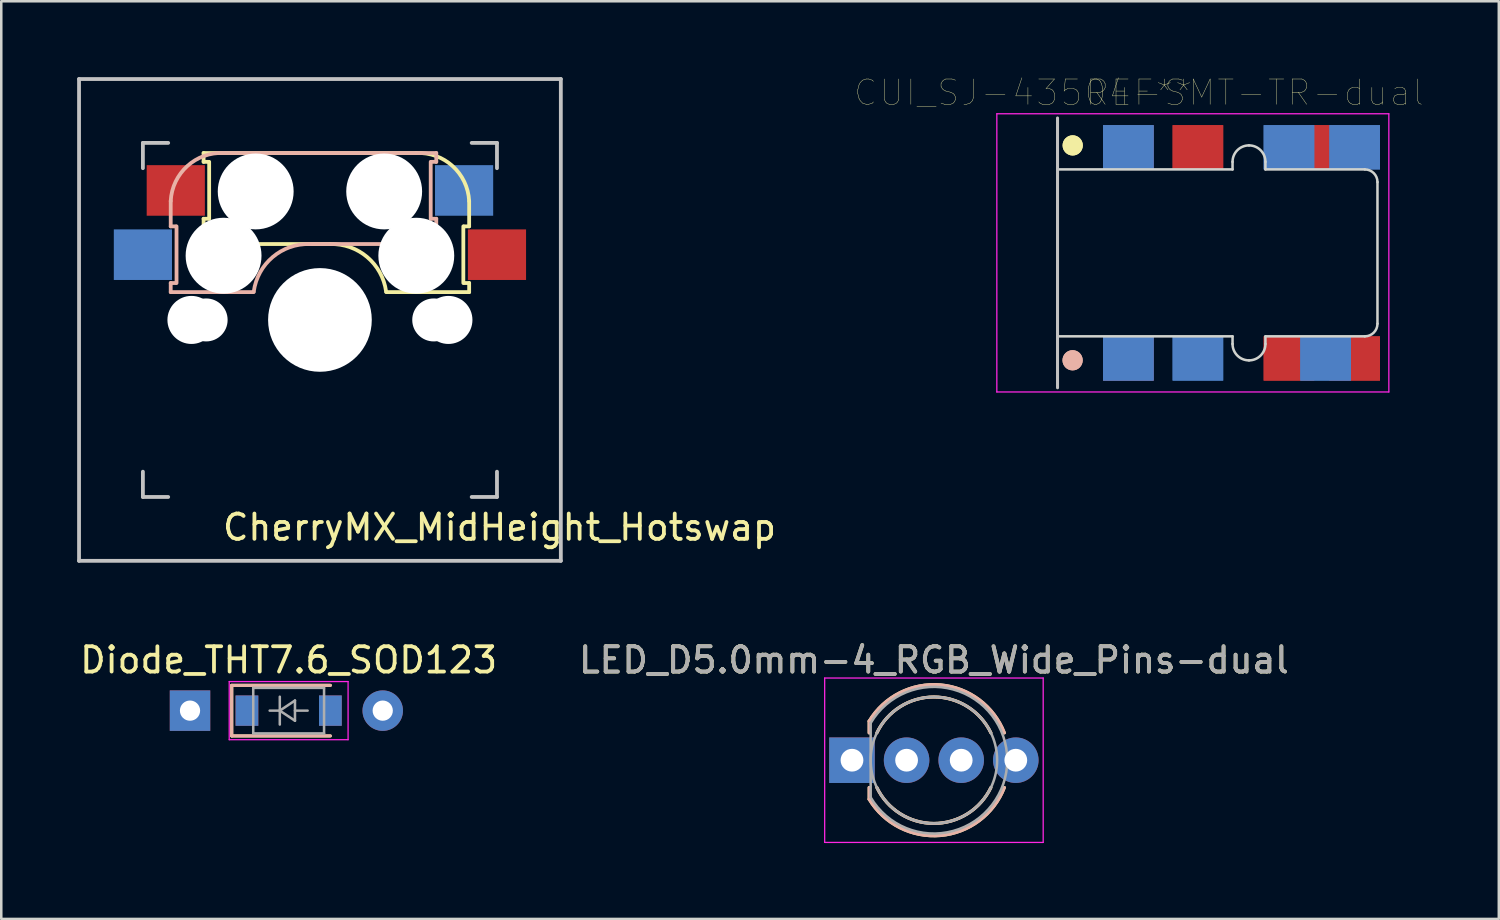
<source format=kicad_pcb>
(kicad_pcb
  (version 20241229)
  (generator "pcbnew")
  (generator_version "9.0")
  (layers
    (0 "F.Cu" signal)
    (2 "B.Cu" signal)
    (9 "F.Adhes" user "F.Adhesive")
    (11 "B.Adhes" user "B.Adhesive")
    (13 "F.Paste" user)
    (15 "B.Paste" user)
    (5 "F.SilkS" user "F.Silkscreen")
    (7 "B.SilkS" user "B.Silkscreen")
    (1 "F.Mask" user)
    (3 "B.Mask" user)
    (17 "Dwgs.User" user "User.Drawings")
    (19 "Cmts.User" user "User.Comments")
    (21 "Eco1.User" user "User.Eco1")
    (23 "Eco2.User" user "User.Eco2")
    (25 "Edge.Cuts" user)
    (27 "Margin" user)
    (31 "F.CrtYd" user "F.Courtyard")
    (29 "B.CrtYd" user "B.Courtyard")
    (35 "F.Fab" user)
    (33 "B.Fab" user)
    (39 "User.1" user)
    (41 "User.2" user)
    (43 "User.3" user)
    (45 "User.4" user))
  (footprint "CherryMX_MidHeight_Hotswap"
    (layer "F.Cu")
    (at 9.6 9.6)
    (property "Reference" "CherryMX_MidHeight_Hotswap" (at 7.1 8.2 0) (layer "F.SilkS") (effects (font (size 1 1) (thickness 0.15))))
    (attr through_hole)
    (fp_line (start -4.6 -6.6) (end 3.8 -6.6) (stroke (width 0.15) (type solid)) (layer "F.SilkS"))
    (fp_line (start -4.6 -6.25) (end -4.6 -6.6) (stroke (width 0.15) (type solid)) (layer "F.SilkS"))
    (fp_line (start -4.6 -4) (end -4.4 -4) (stroke (width 0.15) (type solid)) (layer "F.SilkS"))
    (fp_line (start -4.6 -3) (end -4.6 -4) (stroke (width 0.15) (type solid)) (layer "F.SilkS"))
    (fp_line (start -4.4 -6.25) (end -4.6 -6.25) (stroke (width 0.15) (type solid)) (layer "F.SilkS"))
    (fp_line (start -4.38 -4) (end -4.38 -6.25) (stroke (width 0.15) (type solid)) (layer "F.SilkS"))
    (fp_line (start 0.4 -3) (end -4.6 -3) (stroke (width 0.15) (type solid)) (layer "F.SilkS"))
    (fp_line (start 5.67 -3.7) (end 5.67 -1.46) (stroke (width 0.15) (type solid)) (layer "F.SilkS"))
    (fp_line (start 5.7 -1.46) (end 5.9 -1.46) (stroke (width 0.15) (type solid)) (layer "F.SilkS"))
    (fp_line (start 5.9 -4.7) (end 5.9 -3.7) (stroke (width 0.15) (type solid)) (layer "F.SilkS"))
    (fp_line (start 5.9 -3.7) (end 5.7 -3.7) (stroke (width 0.15) (type solid)) (layer "F.SilkS"))
    (fp_line (start 5.9 -1.1) (end 2.62 -1.1) (stroke (width 0.15) (type solid)) (layer "F.SilkS"))
    (fp_line (start 5.9 -1.1) (end 5.9 -1.46) (stroke (width 0.15) (type solid)) (layer "F.SilkS"))
    (fp_arc (start 0.4 -3) (mid 1.868709 -2.486118) (end 2.616318 -1.121471) (stroke (width 0.15) (type solid)) (layer "F.SilkS"))
    (fp_arc (start 3.8 -6.600001) (mid 5.243504 -6.084925) (end 5.900001 -4.7) (stroke (width 0.15) (type solid)) (layer "F.SilkS"))
    (fp_line (start -5.9 -4.7) (end -5.9 -3.7) (stroke (width 0.15) (type solid)) (layer "B.SilkS"))
    (fp_line (start -5.9 -3.7) (end -5.7 -3.7) (stroke (width 0.15) (type solid)) (layer "B.SilkS"))
    (fp_line (start -5.9 -1.1) (end -5.9 -1.46) (stroke (width 0.15) (type solid)) (layer "B.SilkS"))
    (fp_line (start -5.9 -1.1) (end -2.62 -1.1) (stroke (width 0.15) (type solid)) (layer "B.SilkS"))
    (fp_line (start -5.7 -1.46) (end -5.9 -1.46) (stroke (width 0.15) (type solid)) (layer "B.SilkS"))
    (fp_line (start -5.67 -3.7) (end -5.67 -1.46) (stroke (width 0.15) (type solid)) (layer "B.SilkS"))
    (fp_line (start -0.4 -3) (end 4.6 -3) (stroke (width 0.15) (type solid)) (layer "B.SilkS"))
    (fp_line (start 4.38 -4) (end 4.38 -6.25) (stroke (width 0.15) (type solid)) (layer "B.SilkS"))
    (fp_line (start 4.4 -6.25) (end 4.6 -6.25) (stroke (width 0.15) (type solid)) (layer "B.SilkS"))
    (fp_line (start 4.6 -6.6) (end -3.8 -6.6) (stroke (width 0.15) (type solid)) (layer "B.SilkS"))
    (fp_line (start 4.6 -6.25) (end 4.6 -6.6) (stroke (width 0.15) (type solid)) (layer "B.SilkS"))
    (fp_line (start 4.6 -4) (end 4.4 -4) (stroke (width 0.15) (type solid)) (layer "B.SilkS"))
    (fp_line (start 4.6 -3) (end 4.6 -4) (stroke (width 0.15) (type solid)) (layer "B.SilkS"))
    (fp_arc (start -5.9 -4.699999) (mid -5.243504 -6.084924) (end -3.800001 -6.6) (stroke (width 0.15) (type solid)) (layer "B.SilkS"))
    (fp_arc (start -2.616318 -1.121471) (mid -1.868709 -2.486118) (end -0.4 -3) (stroke (width 0.15) (type solid)) (layer "B.SilkS"))
    (fp_line (start -9.525 -9.525) (end 9.525 -9.525) (stroke (width 0.15) (type solid)) (layer "Dwgs.User"))
    (fp_line (start -9.525 9.525) (end -9.525 -9.525) (stroke (width 0.15) (type solid)) (layer "Dwgs.User"))
    (fp_line (start -7 -7) (end -6 -7) (stroke (width 0.15) (type solid)) (layer "Dwgs.User"))
    (fp_line (start -7 -6) (end -7 -7) (stroke (width 0.15) (type solid)) (layer "Dwgs.User"))
    (fp_line (start -7 6) (end -7 7) (stroke (width 0.15) (type solid)) (layer "Dwgs.User"))
    (fp_line (start -7 7) (end -6 7) (stroke (width 0.15) (type solid)) (layer "Dwgs.User"))
    (fp_line (start 6 7) (end 7 7) (stroke (width 0.15) (type solid)) (layer "Dwgs.User"))
    (fp_line (start 7 -7) (end 6 -7) (stroke (width 0.15) (type solid)) (layer "Dwgs.User"))
    (fp_line (start 7 -7) (end 7 -6) (stroke (width 0.15) (type solid)) (layer "Dwgs.User"))
    (fp_line (start 7 7) (end 7 6) (stroke (width 0.15) (type solid)) (layer "Dwgs.User"))
    (fp_line (start 9.525 -9.525) (end 9.525 9.525) (stroke (width 0.15) (type solid)) (layer "Dwgs.User"))
    (fp_line (start 9.525 9.525) (end -9.525 9.525) (stroke (width 0.15) (type solid)) (layer "Dwgs.User"))
    (pad "" np_thru_hole circle (at -5.08 0) (size 1.9 1.9) (drill 1.9) (layers "*.Cu" "*.Mask"))
    (pad "" np_thru_hole circle (at -4.5 0) (size 1.7 1.7) (drill 1.7) (layers "*.Cu" "*.Mask"))
    (pad "" np_thru_hole circle (at -3.81 -2.54 180) (size 3 3) (drill 3) (layers "*.Cu" "*.Mask"))
    (pad "" np_thru_hole circle (at -2.54 -5.08 180) (size 3 3) (drill 3) (layers "*.Cu" "*.Mask"))
    (pad "" np_thru_hole circle (at 0 0 90) (size 4.1 4.1) (drill 4.1) (layers "*.Cu" "*.Mask"))
    (pad "" np_thru_hole circle (at 2.54 -5.08 180) (size 3 3) (drill 3) (layers "*.Cu" "*.Mask"))
    (pad "" np_thru_hole circle (at 3.81 -2.54 180) (size 3 3) (drill 3) (layers "*.Cu" "*.Mask"))
    (pad "" np_thru_hole circle (at 4.5 0) (size 1.7 1.7) (drill 1.7) (layers "*.Cu" "*.Mask"))
    (pad "" np_thru_hole circle (at 5.08 0) (size 1.9 1.9) (drill 1.9) (layers "*.Cu" "*.Mask"))
    (pad "1" smd rect (at -7 -2.58 180) (size 2.3 2) (layers "B.Cu" "B.Mask" "B.Paste"))
    (pad "1" smd rect (at 7 -2.58 180) (size 2.3 2) (layers "F.Cu" "F.Mask" "F.Paste"))
    (pad "2" smd rect (at -5.7 -5.12 180) (size 2.3 2) (layers "F.Cu" "F.Mask" "F.Paste"))
    (pad "2" smd rect (at 5.7 -5.12 180) (size 2.3 2) (layers "B.Cu" "B.Mask" "B.Paste")))
  (footprint "CUI_SJ-43504-SMT-TR-dual"
    (layer "F.Cu")
    (at 45.114 6.949)
    (property "Reference" "CUI_SJ-43504-SMT-TR-dual" (at -3.131 -6.337 0) (layer "F.SilkS") (effects (font (size 1.002 1.002) (thickness 0.015))))
    (attr through_hole)
    (fp_circle (center -5.75 -4.25) (end -5.55 -4.25) (stroke (width 0.4) (type solid)) (fill no) (layer "F.SilkS"))
    (fp_circle (center -5.75 -4.25) (end -5.55 -4.25) (stroke (width 0.4) (type solid)) (fill no) (layer "F.SilkS"))
    (fp_circle (center -5.754 4.246) (end -5.554 4.246) (stroke (width 0.4) (type solid)) (fill no) (layer "B.SilkS"))
    (fp_circle (center -5.754 4.246) (end -5.554 4.246) (stroke (width 0.4) (type solid)) (fill no) (layer "B.SilkS"))
    (fp_line (start -6.35 -5.334) (end -6.35 5.334) (stroke (width 0.12) (type solid)) (layer "Dwgs.User"))
    (fp_line (start -6.3 -3.3) (end 0.57 -3.3) (stroke (width 0.1) (type solid)) (layer "Edge.Cuts"))
    (fp_line (start 0.57 -3.3) (end 0.57 -3.6) (stroke (width 0.1) (type solid)) (layer "Edge.Cuts"))
    (fp_line (start 0.57 3.3) (end -6.3 3.3) (stroke (width 0.1) (type solid)) (layer "Edge.Cuts"))
    (fp_line (start 0.57 3.6) (end 0.57 3.3) (stroke (width 0.1) (type solid)) (layer "Edge.Cuts"))
    (fp_line (start 1.87 -3.6) (end 1.87 -3.3) (stroke (width 0.1) (type solid)) (layer "Edge.Cuts"))
    (fp_line (start 1.87 -3.3) (end 5.8 -3.3) (stroke (width 0.1) (type solid)) (layer "Edge.Cuts"))
    (fp_line (start 1.87 3.3) (end 1.87 3.6) (stroke (width 0.1) (type solid)) (layer "Edge.Cuts"))
    (fp_line (start 5.8 3.3) (end 1.87 3.3) (stroke (width 0.1) (type solid)) (layer "Edge.Cuts"))
    (fp_line (start 6.3 -2.8) (end 6.3 2.8) (stroke (width 0.1) (type solid)) (layer "Edge.Cuts"))
    (fp_arc (start 0.57 -3.6) (mid 0.760381 -4.059619) (end 1.22 -4.25) (stroke (width 0.1) (type solid)) (layer "Edge.Cuts"))
    (fp_arc (start 1.22 -4.25) (mid 1.679619 -4.059619) (end 1.87 -3.6) (stroke (width 0.1) (type solid)) (layer "Edge.Cuts"))
    (fp_arc (start 1.22 4.25) (mid 0.760381 4.059619) (end 0.57 3.6) (stroke (width 0.1) (type solid)) (layer "Edge.Cuts"))
    (fp_arc (start 1.87 3.6) (mid 1.679619 4.059619) (end 1.22 4.25) (stroke (width 0.1) (type solid)) (layer "Edge.Cuts"))
    (fp_arc (start 5.8 -3.3) (mid 6.153553 -3.153553) (end 6.3 -2.8) (stroke (width 0.1) (type solid)) (layer "Edge.Cuts"))
    (fp_arc (start 6.3 2.8) (mid 6.153553 3.153553) (end 5.8 3.3) (stroke (width 0.1) (type solid)) (layer "Edge.Cuts"))
    (fp_line (start -8.75 -5.5) (end 6.75 -5.5) (stroke (width 0.05) (type solid)) (layer "F.CrtYd"))
    (fp_line (start -8.75 5.5) (end -8.75 -5.5) (stroke (width 0.05) (type solid)) (layer "F.CrtYd"))
    (fp_line (start 6.75 -5.5) (end 6.75 5.5) (stroke (width 0.05) (type solid)) (layer "F.CrtYd"))
    (fp_line (start 6.75 5.5) (end -8.75 5.5) (stroke (width 0.05) (type solid)) (layer "F.CrtYd"))
    (fp_text user "REF**" (at -3.131 -6.337 0) (layer "F.SilkS") (effects (font (size 1.002 1.002) (thickness 0.015))))
    (pad "1" smd rect (at -3.55 -4.175) (size 2 1.75) (layers "F.Cu" "F.Mask" "F.Paste"))
    (pad "1" smd rect (at -3.55 -4.175) (size 2 1.75) (layers "F.Cu" "F.Mask" "F.Paste"))
    (pad "1" smd rect (at -3.55 4.175) (size 2 1.75) (layers "B.Cu" "B.Mask" "B.Paste"))
    (pad "1" smd rect (at -3.55 4.175) (size 2 1.75) (layers "B.Cu" "B.Mask" "B.Paste"))
    (pad "2" smd rect (at 2.8 -4.175) (size 2 1.75) (layers "B.Cu" "B.Mask" "B.Paste"))
    (pad "2" smd rect (at 2.8 -4.175) (size 2 1.75) (layers "B.Cu" "B.Mask" "B.Paste"))
    (pad "2" smd rect (at 2.8 4.175) (size 2 1.75) (layers "F.Cu" "F.Mask" "F.Paste"))
    (pad "2" smd rect (at 2.8 4.175) (size 2 1.75) (layers "F.Cu" "F.Mask" "F.Paste"))
    (pad "3" smd rect (at -0.8 -4.175) (size 2 1.75) (layers "F.Cu" "F.Mask" "F.Paste"))
    (pad "3" smd rect (at -0.8 -4.175) (size 2 1.75) (layers "F.Cu" "F.Mask" "F.Paste"))
    (pad "3" smd rect (at -0.8 4.175) (size 2 1.75) (layers "B.Cu" "B.Mask" "B.Paste"))
    (pad "3" smd rect (at -0.8 4.175) (size 2 1.75) (layers "B.Cu" "B.Mask" "B.Paste"))
    (pad "4" smd rect (at -3.55 -4.175) (size 2 1.75) (layers "B.Cu" "B.Mask" "B.Paste"))
    (pad "4" smd rect (at -3.55 -4.175) (size 2 1.75) (layers "B.Cu" "B.Mask" "B.Paste"))
    (pad "4" smd rect (at -3.55 4.175) (size 2 1.75) (layers "F.Cu" "F.Mask" "F.Paste"))
    (pad "4" smd rect (at -3.55 4.175) (size 2 1.75) (layers "F.Cu" "F.Mask" "F.Paste"))
    (pad "5" smd rect (at 5.4 -4.175) (size 2 1.75) (layers "B.Cu" "B.Mask" "B.Paste"))
    (pad "5" smd rect (at 5.4 -4.175) (size 2 1.75) (layers "B.Cu" "B.Mask" "B.Paste"))
    (pad "5" smd rect (at 5.4 4.175) (size 2 1.75) (layers "F.Cu" "F.Mask" "F.Paste"))
    (pad "5" smd rect (at 5.4 4.175) (size 2 1.75) (layers "F.Cu" "F.Mask" "F.Paste"))
    (pad "6" smd rect (at 4.25 -4.175) (size 2 1.75) (layers "F.Cu" "F.Mask" "F.Paste"))
    (pad "6" smd rect (at 4.25 -4.175) (size 2 1.75) (layers "F.Cu" "F.Mask" "F.Paste"))
    (pad "6" smd rect (at 4.25 4.175) (size 2 1.75) (layers "B.Cu" "B.Mask" "B.Paste"))
    (pad "6" smd rect (at 4.25 4.175) (size 2 1.75) (layers "B.Cu" "B.Mask" "B.Paste")))
  (footprint "Diode_THT7.6_SOD123"
    (layer "F.Cu")
    (at 8.363 25.048)
    (property "Reference" "Diode_THT7.6_SOD123" (at 0 -2 0) (layer "F.SilkS") (effects (font (size 1 1) (thickness 0.15))))
    (attr through_hole)
    (fp_line (start -2.25 -1) (end -2.25 1) (stroke (width 0.12) (type solid)) (layer "F.SilkS"))
    (fp_line (start -2.25 -1) (end 1.65 -1) (stroke (width 0.12) (type solid)) (layer "F.SilkS"))
    (fp_line (start -2.25 1) (end 1.65 1) (stroke (width 0.12) (type solid)) (layer "F.SilkS"))
    (fp_line (start -2.25 -1) (end -2.25 1) (stroke (width 0.12) (type solid)) (layer "B.SilkS"))
    (fp_line (start -2.25 -1) (end 1.65 -1) (stroke (width 0.12) (type solid)) (layer "B.SilkS"))
    (fp_line (start -2.25 1) (end 1.65 1) (stroke (width 0.12) (type solid)) (layer "B.SilkS"))
    (fp_line (start -2.35 -1.15) (end -2.35 1.15) (stroke (width 0.05) (type solid)) (layer "F.CrtYd"))
    (fp_line (start -2.35 -1.15) (end 2.35 -1.15) (stroke (width 0.05) (type solid)) (layer "F.CrtYd"))
    (fp_line (start 2.35 -1.15) (end 2.35 1.15) (stroke (width 0.05) (type solid)) (layer "F.CrtYd"))
    (fp_line (start 2.35 1.15) (end -2.35 1.15) (stroke (width 0.05) (type solid)) (layer "F.CrtYd"))
    (fp_line (start -1.4 -0.9) (end 1.4 -0.9) (stroke (width 0.1) (type solid)) (layer "F.Fab"))
    (fp_line (start -1.4 0.9) (end -1.4 -0.9) (stroke (width 0.1) (type solid)) (layer "F.Fab"))
    (fp_line (start -0.75 0) (end -0.35 0) (stroke (width 0.1) (type solid)) (layer "F.Fab"))
    (fp_line (start -0.35 0) (end -0.35 -0.55) (stroke (width 0.1) (type solid)) (layer "F.Fab"))
    (fp_line (start -0.35 0) (end -0.35 0.55) (stroke (width 0.1) (type solid)) (layer "F.Fab"))
    (fp_line (start -0.35 0) (end 0.25 -0.4) (stroke (width 0.1) (type solid)) (layer "F.Fab"))
    (fp_line (start 0.25 -0.4) (end 0.25 0.4) (stroke (width 0.1) (type solid)) (layer "F.Fab"))
    (fp_line (start 0.25 0) (end 0.75 0) (stroke (width 0.1) (type solid)) (layer "F.Fab"))
    (fp_line (start 0.25 0.4) (end -0.35 0) (stroke (width 0.1) (type solid)) (layer "F.Fab"))
    (fp_line (start 1.4 -0.9) (end 1.4 0.9) (stroke (width 0.1) (type solid)) (layer "F.Fab"))
    (fp_line (start 1.4 0.9) (end -1.4 0.9) (stroke (width 0.1) (type solid)) (layer "F.Fab"))
    (pad "1" thru_hole rect (at -3.9 0) (size 1.6 1.6) (drill 0.8) (layers "*.Cu" "*.Mask"))
    (pad "1" smd rect (at -1.65 0) (size 0.9 1.2) (layers "F.Cu" "F.Mask" "F.Paste"))
    (pad "1" smd rect (at -1.65 0) (size 0.9 1.2) (layers "B.Cu" "B.Mask" "B.Paste"))
    (pad "2" smd rect (at 1.65 0) (size 0.9 1.2) (layers "F.Cu" "F.Mask" "F.Paste"))
    (pad "2" smd rect (at 1.65 0) (size 0.9 1.2) (layers "B.Cu" "B.Mask" "B.Paste"))
    (pad "2" thru_hole oval (at 3.72 0) (size 1.6 1.6) (drill 0.8) (layers "*.Cu" "*.Mask")))
  (footprint "LED_D5.0mm-4_RGB_Wide_Pins-dual"
    (layer "F.Cu")
    (at 30.637 27.008)
    (property "Reference" "LED_D5.0mm-4_RGB_Wide_Pins-dual" (at 3.239 -3.96 0) (layer "F.SilkS") (effects (font (size 1 1) (thickness 0.15))))
    (attr through_hole)
    (fp_line (start 0.678 -1.545) (end 0.678 -1.08) (stroke (width 0.12) (type solid)) (layer "F.SilkS"))
    (fp_line (start 0.678 1.08) (end 0.678 1.545) (stroke (width 0.12) (type solid)) (layer "F.SilkS"))
    (fp_arc (start 0.6785 -1.54483) (mid 3.496956 -2.978809) (end 6.026315 -1.080827) (stroke (width 0.12) (type solid)) (layer "F.SilkS"))
    (fp_arc (start 0.983816 -1.08) (mid 3.238262 -2.5) (end 5.492979 -1.080429) (stroke (width 0.12) (type solid)) (layer "F.SilkS"))
    (fp_arc (start 5.492979 1.080429) (mid 3.238262 2.5) (end 0.983816 1.08) (stroke (width 0.12) (type solid)) (layer "F.SilkS"))
    (fp_arc (start 6.026315 1.080827) (mid 3.496956 2.978808) (end 0.6785 1.54483) (stroke (width 0.12) (type solid)) (layer "F.SilkS"))
    (fp_line (start 0.678 -1.08) (end 0.678 -1.545) (stroke (width 0.12) (type solid)) (layer "B.SilkS"))
    (fp_line (start 0.678 1.545) (end 0.678 1.08) (stroke (width 0.12) (type solid)) (layer "B.SilkS"))
    (fp_arc (start 0.6785 -1.54483) (mid 3.496956 -2.978809) (end 6.026315 -1.080827) (stroke (width 0.12) (type solid)) (layer "B.SilkS"))
    (fp_arc (start 0.983816 -1.08) (mid 3.238262 -2.5) (end 5.492979 -1.080429) (stroke (width 0.12) (type solid)) (layer "B.SilkS"))
    (fp_arc (start 5.492979 1.080429) (mid 3.238262 2.5) (end 0.983816 1.08) (stroke (width 0.12) (type solid)) (layer "B.SilkS"))
    (fp_arc (start 6.026315 1.080827) (mid 3.496956 2.978808) (end 0.6785 1.54483) (stroke (width 0.12) (type solid)) (layer "B.SilkS"))
    (fp_line (start -1.08 -3.25) (end -1.08 3.25) (stroke (width 0.05) (type solid)) (layer "F.CrtYd"))
    (fp_line (start -1.08 3.25) (end 7.56 3.25) (stroke (width 0.05) (type solid)) (layer "F.CrtYd"))
    (fp_line (start 7.56 -3.25) (end -1.08 -3.25) (stroke (width 0.05) (type solid)) (layer "F.CrtYd"))
    (fp_line (start 7.56 3.25) (end 7.56 -3.25) (stroke (width 0.05) (type solid)) (layer "F.CrtYd"))
    (fp_line (start 0.739 -1.47) (end 0.739 1.47) (stroke (width 0.1) (type solid)) (layer "F.Fab"))
    (fp_arc (start 0.7385 -1.469694) (mid 6.1385 0.000016) (end 0.738484 1.469666) (stroke (width 0.1) (type solid)) (layer "F.Fab"))
    (fp_circle (center 3.239 0) (end 5.739 0) (stroke (width 0.1) (type solid)) (fill no) (layer "F.Fab"))
    (fp_text user "${REFERENCE}" (at 3.239 -3.96 0) (layer "F.Fab") (effects (font (size 1 1) (thickness 0.15))))
    (pad "1" thru_hole rect (at 0 0) (size 1.8 1.8) (drill 0.9) (layers "*.Cu" "*.Mask"))
    (pad "2" thru_hole circle (at 2.159 0) (size 1.8 1.8) (drill 0.9) (layers "*.Cu" "*.Mask"))
    (pad "3" thru_hole circle (at 4.318 0) (size 1.8 1.8) (drill 0.9) (layers "*.Cu" "*.Mask"))
    (pad "4" thru_hole circle (at 6.477 0) (size 1.8 1.8) (drill 0.9) (layers "*.Cu" "*.Mask")))
  (gr_rect
    (start -3 -3)
    (end 56.212 33.283)
    (stroke (width 0.1) (type default))
    (fill no)
    (layer "Edge.Cuts")))
</source>
